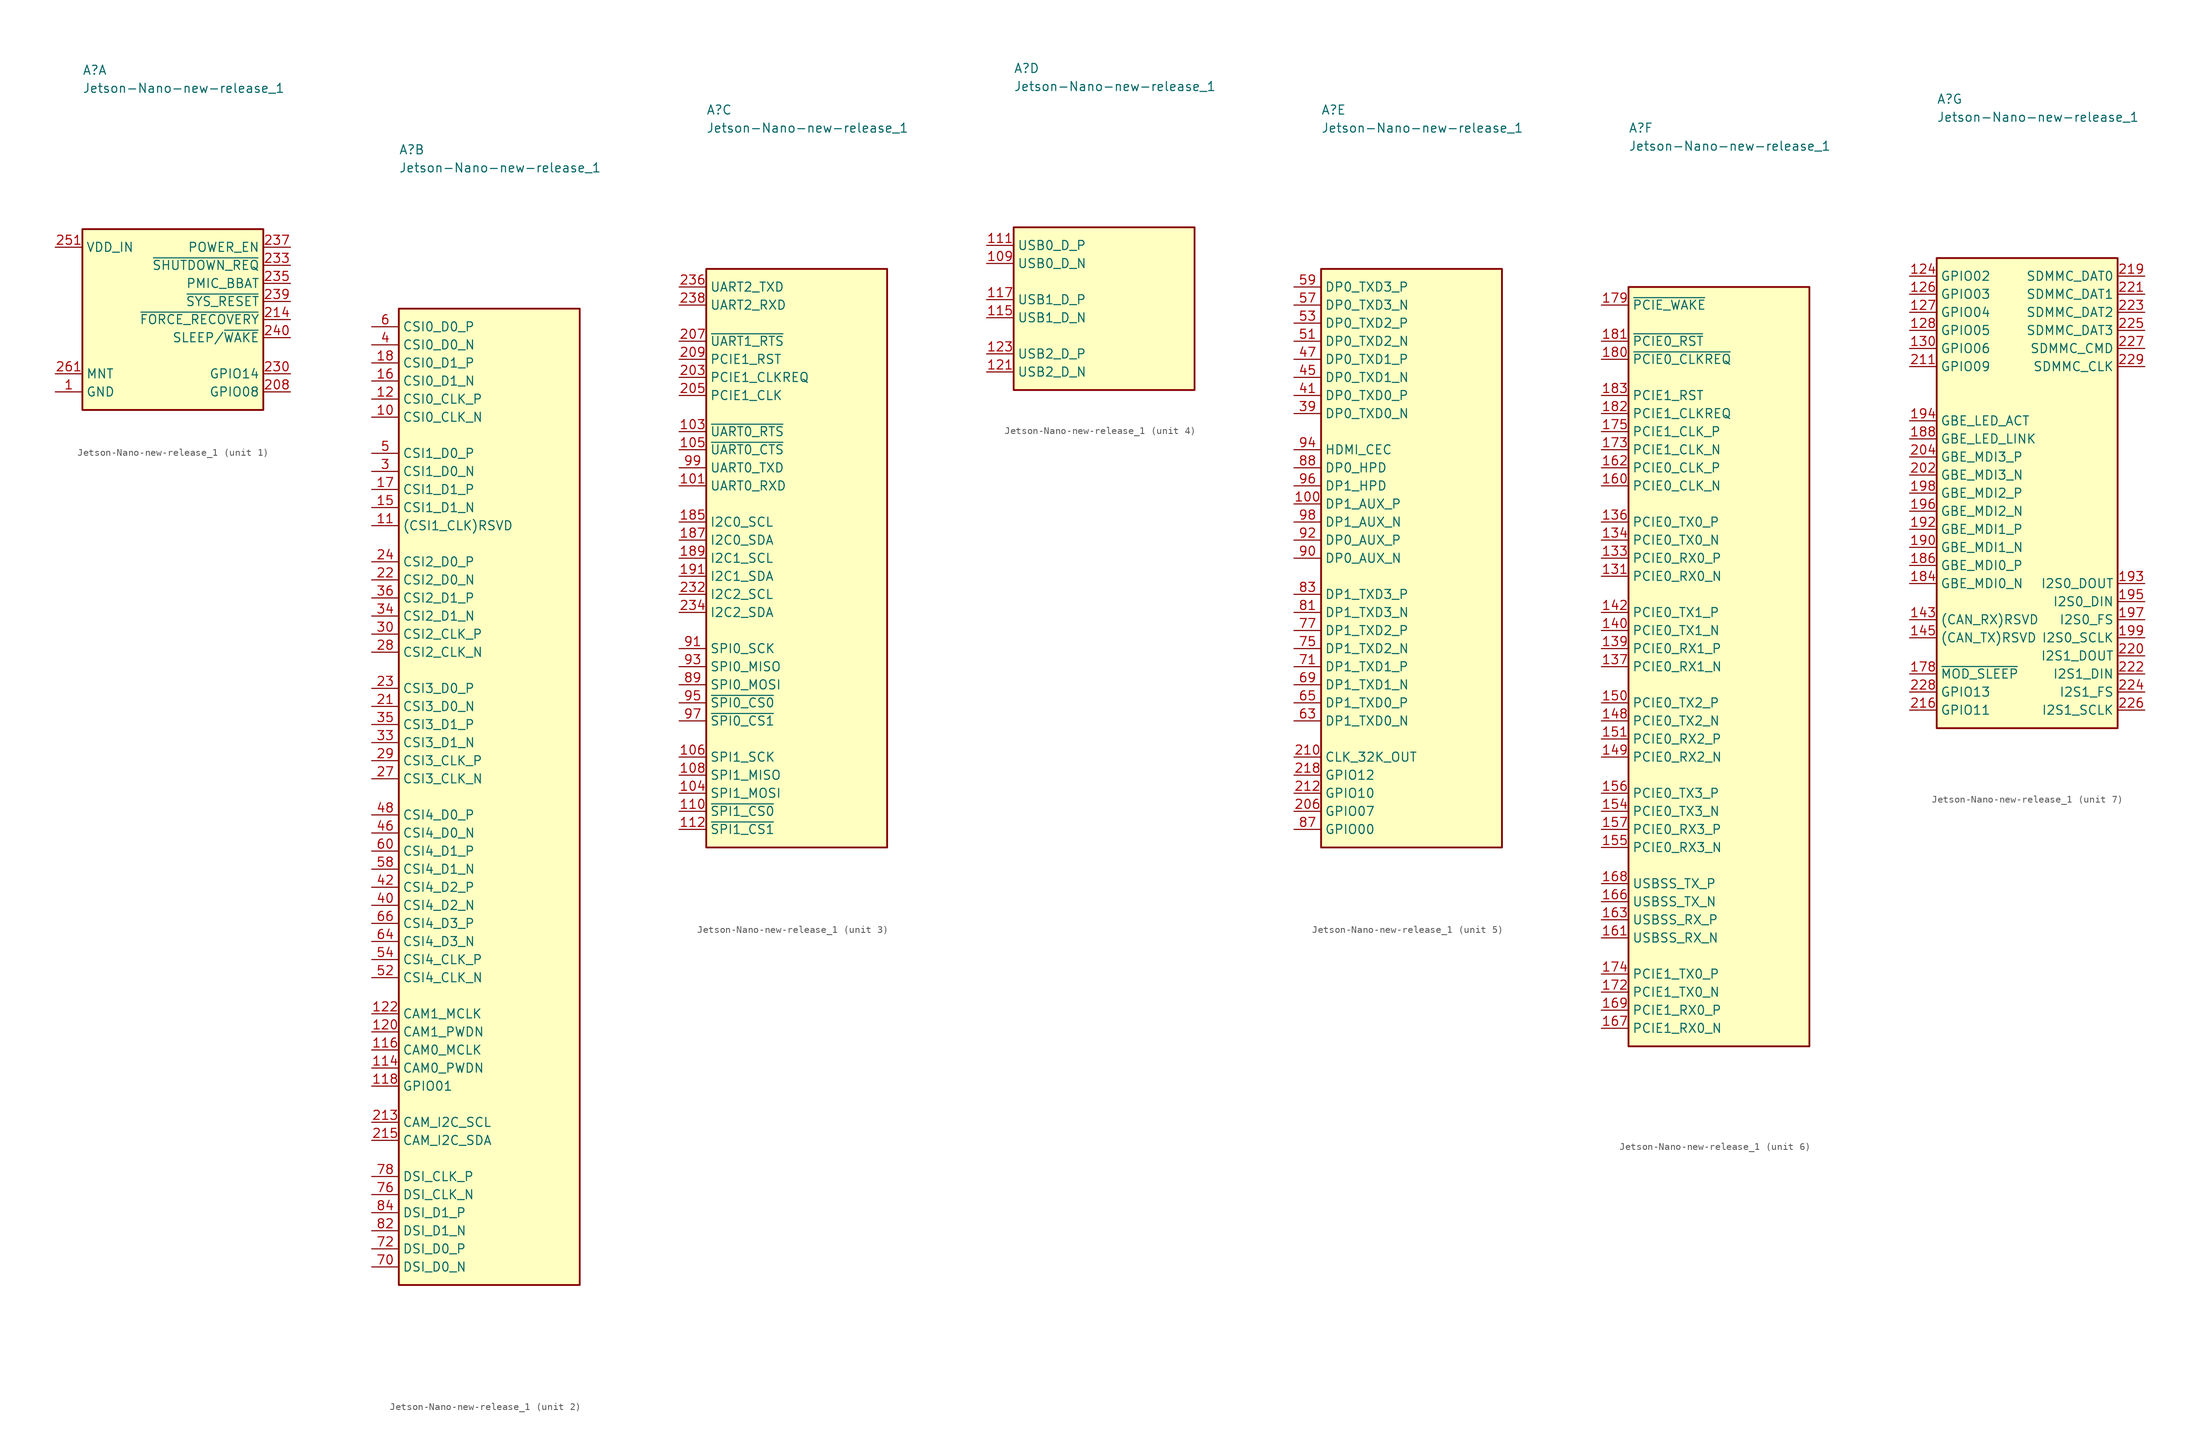
<source format=kicad_sym>
(kicad_symbol_lib
  (version 20231120)
  (generator "kicad_symbol_editor")
  (generator_version "8.0")
  (symbol "Jetson-Nano-new-release_1"
    (property "Reference" "A"
      (at 3.81 24.13 0)
      (effects (font (size 1.27 1.27) (thickness 0.15)) (justify left bottom)))
    (property "Value" "Jetson-Nano-new-release_1"
      (at 3.81 21.59 0)
      (effects (font (size 1.27 1.27) (thickness 0.15)) (justify left bottom)))
    (property "ki_locked" ""
      (at 0 0 0)
      (effects (font (size 1.27 1.27))))
    (symbol "Jetson-Nano-new-release_1_1_1"
      (rectangle (start 3.81 2.54) (end 29.21 -22.86) (stroke (width 0.254) (type default)) (fill (type background)))
      (pin passive line (at 0 -20.32 0) (length 3.81) (name "GND" (effects (font (size 1.27 1.27)))) (number "1" (effects (font (size 1.27 1.27)))))
      (pin passive line (at 0 -20.32 0) (length 3.81) hide (name "GND" (effects (font (size 1.27 1.27)))) (number "102" (effects (font (size 1.27 1.27)))))
      (pin passive line (at 0 -20.32 0) (length 3.81) hide (name "GND" (effects (font (size 1.27 1.27)))) (number "107" (effects (font (size 1.27 1.27)))))
      (pin passive line (at 0 -20.32 0) (length 3.81) hide (name "GND" (effects (font (size 1.27 1.27)))) (number "113" (effects (font (size 1.27 1.27)))))
      (pin passive line (at 0 -20.32 0) (length 3.81) hide (name "GND" (effects (font (size 1.27 1.27)))) (number "119" (effects (font (size 1.27 1.27)))))
      (pin passive line (at 0 -20.32 0) (length 3.81) hide (name "GND" (effects (font (size 1.27 1.27)))) (number "125" (effects (font (size 1.27 1.27)))))
      (pin passive line (at 0 -20.32 0) (length 3.81) hide (name "GND" (effects (font (size 1.27 1.27)))) (number "129" (effects (font (size 1.27 1.27)))))
      (pin passive line (at 0 -20.32 0) (length 3.81) hide (name "GND" (effects (font (size 1.27 1.27)))) (number "13" (effects (font (size 1.27 1.27)))))
      (pin passive line (at 0 -20.32 0) (length 3.81) hide (name "GND" (effects (font (size 1.27 1.27)))) (number "132" (effects (font (size 1.27 1.27)))))
      (pin passive line (at 0 -20.32 0) (length 3.81) hide (name "GND" (effects (font (size 1.27 1.27)))) (number "135" (effects (font (size 1.27 1.27)))))
      (pin passive line (at 0 -20.32 0) (length 3.81) hide (name "GND" (effects (font (size 1.27 1.27)))) (number "138" (effects (font (size 1.27 1.27)))))
      (pin passive line (at 0 -20.32 0) (length 3.81) hide (name "GND" (effects (font (size 1.27 1.27)))) (number "14" (effects (font (size 1.27 1.27)))))
      (pin passive line (at 0 -20.32 0) (length 3.81) hide (name "GND" (effects (font (size 1.27 1.27)))) (number "141" (effects (font (size 1.27 1.27)))))
      (pin passive line (at 0 -20.32 0) (length 3.81) hide (name "GND" (effects (font (size 1.27 1.27)))) (number "144" (effects (font (size 1.27 1.27)))))
      (pin passive line (at 0 -20.32 0) (length 3.81) hide (name "GND" (effects (font (size 1.27 1.27)))) (number "146" (effects (font (size 1.27 1.27)))))
      (pin passive line (at 0 -20.32 0) (length 3.81) hide (name "GND" (effects (font (size 1.27 1.27)))) (number "147" (effects (font (size 1.27 1.27)))))
      (pin passive line (at 0 -20.32 0) (length 3.81) hide (name "GND" (effects (font (size 1.27 1.27)))) (number "152" (effects (font (size 1.27 1.27)))))
      (pin passive line (at 0 -20.32 0) (length 3.81) hide (name "GND" (effects (font (size 1.27 1.27)))) (number "153" (effects (font (size 1.27 1.27)))))
      (pin passive line (at 0 -20.32 0) (length 3.81) hide (name "GND" (effects (font (size 1.27 1.27)))) (number "158" (effects (font (size 1.27 1.27)))))
      (pin passive line (at 0 -20.32 0) (length 3.81) hide (name "GND" (effects (font (size 1.27 1.27)))) (number "159" (effects (font (size 1.27 1.27)))))
      (pin passive line (at 0 -20.32 0) (length 3.81) hide (name "GND" (effects (font (size 1.27 1.27)))) (number "164" (effects (font (size 1.27 1.27)))))
      (pin passive line (at 0 -20.32 0) (length 3.81) hide (name "GND" (effects (font (size 1.27 1.27)))) (number "165" (effects (font (size 1.27 1.27)))))
      (pin passive line (at 0 -20.32 0) (length 3.81) hide (name "GND" (effects (font (size 1.27 1.27)))) (number "170" (effects (font (size 1.27 1.27)))))
      (pin passive line (at 0 -20.32 0) (length 3.81) hide (name "GND" (effects (font (size 1.27 1.27)))) (number "171" (effects (font (size 1.27 1.27)))))
      (pin passive line (at 0 -20.32 0) (length 3.81) hide (name "GND" (effects (font (size 1.27 1.27)))) (number "176" (effects (font (size 1.27 1.27)))))
      (pin passive line (at 0 -20.32 0) (length 3.81) hide (name "GND" (effects (font (size 1.27 1.27)))) (number "177" (effects (font (size 1.27 1.27)))))
      (pin passive line (at 0 -20.32 0) (length 3.81) hide (name "GND" (effects (font (size 1.27 1.27)))) (number "19" (effects (font (size 1.27 1.27)))))
      (pin passive line (at 0 -20.32 0) (length 3.81) hide (name "GND" (effects (font (size 1.27 1.27)))) (number "2" (effects (font (size 1.27 1.27)))))
      (pin passive line (at 0 -20.32 0) (length 3.81) hide (name "GND" (effects (font (size 1.27 1.27)))) (number "20" (effects (font (size 1.27 1.27)))))
      (pin passive line (at 0 -20.32 0) (length 3.81) hide (name "GND" (effects (font (size 1.27 1.27)))) (number "200" (effects (font (size 1.27 1.27)))))
      (pin passive line (at 0 -20.32 0) (length 3.81) hide (name "GND" (effects (font (size 1.27 1.27)))) (number "201" (effects (font (size 1.27 1.27)))))
      (pin passive line (at 33.02 -20.32 180) (length 3.81) (name "GPIO08" (effects (font (size 1.27 1.27)))) (number "208" (effects (font (size 1.27 1.27)))))
      (pin passive line (at 33.02 -10.16 180) (length 3.81) (name "~{FORCE_RECOVERY}" (effects (font (size 1.27 1.27)))) (number "214" (effects (font (size 1.27 1.27)))))
      (pin passive line (at 0 -20.32 0) (length 3.81) hide (name "GND" (effects (font (size 1.27 1.27)))) (number "217" (effects (font (size 1.27 1.27)))))
      (pin passive line (at 33.02 -17.78 180) (length 3.81) (name "GPIO14" (effects (font (size 1.27 1.27)))) (number "230" (effects (font (size 1.27 1.27)))))
      (pin passive line (at 0 -20.32 0) (length 3.81) hide (name "GND" (effects (font (size 1.27 1.27)))) (number "231" (effects (font (size 1.27 1.27)))))
      (pin passive line (at 33.02 -2.54 180) (length 3.81) (name "~{SHUTDOWN_REQ}" (effects (font (size 1.27 1.27)))) (number "233" (effects (font (size 1.27 1.27)))))
      (pin passive line (at 33.02 -5.08 180) (length 3.81) (name "PMIC_BBAT" (effects (font (size 1.27 1.27)))) (number "235" (effects (font (size 1.27 1.27)))))
      (pin passive line (at 33.02 0 180) (length 3.81) (name "POWER_EN" (effects (font (size 1.27 1.27)))) (number "237" (effects (font (size 1.27 1.27)))))
      (pin passive line (at 33.02 -7.62 180) (length 3.81) (name "~{SYS_RESET}" (effects (font (size 1.27 1.27)))) (number "239" (effects (font (size 1.27 1.27)))))
      (pin passive line (at 33.02 -12.7 180) (length 3.81) (name "SLEEP/~{WAKE}" (effects (font (size 1.27 1.27)))) (number "240" (effects (font (size 1.27 1.27)))))
      (pin passive line (at 0 -20.32 0) (length 3.81) hide (name "GND" (effects (font (size 1.27 1.27)))) (number "241" (effects (font (size 1.27 1.27)))))
      (pin passive line (at 0 -20.32 0) (length 3.81) hide (name "GND" (effects (font (size 1.27 1.27)))) (number "242" (effects (font (size 1.27 1.27)))))
      (pin passive line (at 0 -20.32 0) (length 3.81) hide (name "GND" (effects (font (size 1.27 1.27)))) (number "243" (effects (font (size 1.27 1.27)))))
      (pin passive line (at 0 -20.32 0) (length 3.81) hide (name "GND" (effects (font (size 1.27 1.27)))) (number "244" (effects (font (size 1.27 1.27)))))
      (pin passive line (at 0 -20.32 0) (length 3.81) hide (name "GND" (effects (font (size 1.27 1.27)))) (number "245" (effects (font (size 1.27 1.27)))))
      (pin passive line (at 0 -20.32 0) (length 3.81) hide (name "GND" (effects (font (size 1.27 1.27)))) (number "246" (effects (font (size 1.27 1.27)))))
      (pin passive line (at 0 -20.32 0) (length 3.81) hide (name "GND" (effects (font (size 1.27 1.27)))) (number "247" (effects (font (size 1.27 1.27)))))
      (pin passive line (at 0 -20.32 0) (length 3.81) hide (name "GND" (effects (font (size 1.27 1.27)))) (number "248" (effects (font (size 1.27 1.27)))))
      (pin passive line (at 0 -20.32 0) (length 3.81) hide (name "GND" (effects (font (size 1.27 1.27)))) (number "249" (effects (font (size 1.27 1.27)))))
      (pin passive line (at 0 -20.32 0) (length 3.81) hide (name "GND" (effects (font (size 1.27 1.27)))) (number "25" (effects (font (size 1.27 1.27)))))
      (pin passive line (at 0 -20.32 0) (length 3.81) hide (name "GND" (effects (font (size 1.27 1.27)))) (number "250" (effects (font (size 1.27 1.27)))))
      (pin passive line (at 0 0 0) (length 3.81) (name "VDD_IN" (effects (font (size 1.27 1.27)))) (number "251" (effects (font (size 1.27 1.27)))))
      (pin passive line (at 0 0 0) (length 3.81) hide (name "VDD_IN" (effects (font (size 1.27 1.27)))) (number "252" (effects (font (size 1.27 1.27)))))
      (pin passive line (at 0 0 0) (length 3.81) hide (name "VDD_IN" (effects (font (size 1.27 1.27)))) (number "253" (effects (font (size 1.27 1.27)))))
      (pin passive line (at 0 0 0) (length 3.81) hide (name "VDD_IN" (effects (font (size 1.27 1.27)))) (number "254" (effects (font (size 1.27 1.27)))))
      (pin passive line (at 0 0 0) (length 3.81) hide (name "VDD_IN" (effects (font (size 1.27 1.27)))) (number "255" (effects (font (size 1.27 1.27)))))
      (pin passive line (at 0 0 0) (length 3.81) hide (name "VDD_IN" (effects (font (size 1.27 1.27)))) (number "256" (effects (font (size 1.27 1.27)))))
      (pin passive line (at 0 0 0) (length 3.81) hide (name "VDD_IN" (effects (font (size 1.27 1.27)))) (number "257" (effects (font (size 1.27 1.27)))))
      (pin passive line (at 0 0 0) (length 3.81) hide (name "VDD_IN" (effects (font (size 1.27 1.27)))) (number "258" (effects (font (size 1.27 1.27)))))
      (pin passive line (at 0 0 0) (length 3.81) hide (name "VDD_IN" (effects (font (size 1.27 1.27)))) (number "259" (effects (font (size 1.27 1.27)))))
      (pin passive line (at 0 -20.32 0) (length 3.81) hide (name "GND" (effects (font (size 1.27 1.27)))) (number "26" (effects (font (size 1.27 1.27)))))
      (pin passive line (at 0 0 0) (length 3.81) hide (name "VDD_IN" (effects (font (size 1.27 1.27)))) (number "260" (effects (font (size 1.27 1.27)))))
      (pin passive line (at 0 -17.78 0) (length 3.81) (name "MNT" (effects (font (size 1.27 1.27)))) (number "261" (effects (font (size 1.27 1.27)))))
      (pin passive line (at 0 -17.78 0) (length 3.81) hide (name "MNT" (effects (font (size 1.27 1.27)))) (number "262" (effects (font (size 1.27 1.27)))))
      (pin passive line (at 0 -20.32 0) (length 3.81) hide (name "GND" (effects (font (size 1.27 1.27)))) (number "31" (effects (font (size 1.27 1.27)))))
      (pin passive line (at 0 -20.32 0) (length 3.81) hide (name "GND" (effects (font (size 1.27 1.27)))) (number "32" (effects (font (size 1.27 1.27)))))
      (pin passive line (at 0 -20.32 0) (length 3.81) hide (name "GND" (effects (font (size 1.27 1.27)))) (number "37" (effects (font (size 1.27 1.27)))))
      (pin passive line (at 0 -20.32 0) (length 3.81) hide (name "GND" (effects (font (size 1.27 1.27)))) (number "38" (effects (font (size 1.27 1.27)))))
      (pin passive line (at 0 -20.32 0) (length 3.81) hide (name "GND" (effects (font (size 1.27 1.27)))) (number "43" (effects (font (size 1.27 1.27)))))
      (pin passive line (at 0 -20.32 0) (length 3.81) hide (name "GND" (effects (font (size 1.27 1.27)))) (number "44" (effects (font (size 1.27 1.27)))))
      (pin passive line (at 0 -20.32 0) (length 3.81) hide (name "GND" (effects (font (size 1.27 1.27)))) (number "49" (effects (font (size 1.27 1.27)))))
      (pin passive line (at 0 -20.32 0) (length 3.81) hide (name "GND" (effects (font (size 1.27 1.27)))) (number "50" (effects (font (size 1.27 1.27)))))
      (pin passive line (at 0 -20.32 0) (length 3.81) hide (name "GND" (effects (font (size 1.27 1.27)))) (number "55" (effects (font (size 1.27 1.27)))))
      (pin passive line (at 0 -20.32 0) (length 3.81) hide (name "GND" (effects (font (size 1.27 1.27)))) (number "56" (effects (font (size 1.27 1.27)))))
      (pin passive line (at 0 -20.32 0) (length 3.81) hide (name "GND" (effects (font (size 1.27 1.27)))) (number "61" (effects (font (size 1.27 1.27)))))
      (pin passive line (at 0 -20.32 0) (length 3.81) hide (name "GND" (effects (font (size 1.27 1.27)))) (number "62" (effects (font (size 1.27 1.27)))))
      (pin passive line (at 0 -20.32 0) (length 3.81) hide (name "GND" (effects (font (size 1.27 1.27)))) (number "67" (effects (font (size 1.27 1.27)))))
      (pin passive line (at 0 -20.32 0) (length 3.81) hide (name "GND" (effects (font (size 1.27 1.27)))) (number "68" (effects (font (size 1.27 1.27)))))
      (pin passive line (at 0 -20.32 0) (length 3.81) hide (name "GND" (effects (font (size 1.27 1.27)))) (number "7" (effects (font (size 1.27 1.27)))))
      (pin passive line (at 0 -20.32 0) (length 3.81) hide (name "GND" (effects (font (size 1.27 1.27)))) (number "73" (effects (font (size 1.27 1.27)))))
      (pin passive line (at 0 -20.32 0) (length 3.81) hide (name "GND" (effects (font (size 1.27 1.27)))) (number "74" (effects (font (size 1.27 1.27)))))
      (pin passive line (at 0 -20.32 0) (length 3.81) hide (name "GND" (effects (font (size 1.27 1.27)))) (number "79" (effects (font (size 1.27 1.27)))))
      (pin passive line (at 0 -20.32 0) (length 3.81) hide (name "GND" (effects (font (size 1.27 1.27)))) (number "8" (effects (font (size 1.27 1.27)))))
      (pin passive line (at 0 -20.32 0) (length 3.81) hide (name "GND" (effects (font (size 1.27 1.27)))) (number "80" (effects (font (size 1.27 1.27)))))
      (pin passive line (at 0 -20.32 0) (length 3.81) hide (name "GND" (effects (font (size 1.27 1.27)))) (number "85" (effects (font (size 1.27 1.27)))))
      (pin passive line (at 0 -20.32 0) (length 3.81) hide (name "GND" (effects (font (size 1.27 1.27)))) (number "86" (effects (font (size 1.27 1.27))))))
    (symbol "Jetson-Nano-new-release_1_2_1"
      (rectangle (start 3.81 2.54) (end 29.21 -134.62) (stroke (width 0.254) (type default)) (fill (type background)))
      (pin passive line (at 0 -12.7 0) (length 3.81) (name "CSI0_CLK_N" (effects (font (size 1.27 1.27)))) (number "10" (effects (font (size 1.27 1.27)))))
      (pin passive line (at 0 -27.94 0) (length 3.81) (name "(CSI1_CLK)RSVD" (effects (font (size 1.27 1.27)))) (number "11" (effects (font (size 1.27 1.27)))))
      (pin passive line (at 0 -104.14 0) (length 3.81) (name "CAM0_PWDN" (effects (font (size 1.27 1.27)))) (number "114" (effects (font (size 1.27 1.27)))))
      (pin passive line (at 0 -101.6 0) (length 3.81) (name "CAM0_MCLK" (effects (font (size 1.27 1.27)))) (number "116" (effects (font (size 1.27 1.27)))))
      (pin passive line (at 0 -106.68 0) (length 3.81) (name "GPIO01" (effects (font (size 1.27 1.27)))) (number "118" (effects (font (size 1.27 1.27)))))
      (pin passive line (at 0 -10.16 0) (length 3.81) (name "CSI0_CLK_P" (effects (font (size 1.27 1.27)))) (number "12" (effects (font (size 1.27 1.27)))))
      (pin passive line (at 0 -99.06 0) (length 3.81) (name "CAM1_PWDN" (effects (font (size 1.27 1.27)))) (number "120" (effects (font (size 1.27 1.27)))))
      (pin passive line (at 0 -96.52 0) (length 3.81) (name "CAM1_MCLK" (effects (font (size 1.27 1.27)))) (number "122" (effects (font (size 1.27 1.27)))))
      (pin passive line (at 0 -25.4 0) (length 3.81) (name "CSI1_D1_N" (effects (font (size 1.27 1.27)))) (number "15" (effects (font (size 1.27 1.27)))))
      (pin passive line (at 0 -7.62 0) (length 3.81) (name "CSI0_D1_N" (effects (font (size 1.27 1.27)))) (number "16" (effects (font (size 1.27 1.27)))))
      (pin passive line (at 0 -22.86 0) (length 3.81) (name "CSI1_D1_P" (effects (font (size 1.27 1.27)))) (number "17" (effects (font (size 1.27 1.27)))))
      (pin passive line (at 0 -5.08 0) (length 3.81) (name "CSI0_D1_P" (effects (font (size 1.27 1.27)))) (number "18" (effects (font (size 1.27 1.27)))))
      (pin passive line (at 0 -53.34 0) (length 3.81) (name "CSI3_D0_N" (effects (font (size 1.27 1.27)))) (number "21" (effects (font (size 1.27 1.27)))))
      (pin passive line (at 0 -111.76 0) (length 3.81) (name "CAM_I2C_SCL" (effects (font (size 1.27 1.27)))) (number "213" (effects (font (size 1.27 1.27)))))
      (pin passive line (at 0 -114.3 0) (length 3.81) (name "CAM_I2C_SDA" (effects (font (size 1.27 1.27)))) (number "215" (effects (font (size 1.27 1.27)))))
      (pin passive line (at 0 -35.56 0) (length 3.81) (name "CSI2_D0_N" (effects (font (size 1.27 1.27)))) (number "22" (effects (font (size 1.27 1.27)))))
      (pin passive line (at 0 -50.8 0) (length 3.81) (name "CSI3_D0_P" (effects (font (size 1.27 1.27)))) (number "23" (effects (font (size 1.27 1.27)))))
      (pin passive line (at 0 -33.02 0) (length 3.81) (name "CSI2_D0_P" (effects (font (size 1.27 1.27)))) (number "24" (effects (font (size 1.27 1.27)))))
      (pin passive line (at 0 -63.5 0) (length 3.81) (name "CSI3_CLK_N" (effects (font (size 1.27 1.27)))) (number "27" (effects (font (size 1.27 1.27)))))
      (pin passive line (at 0 -45.72 0) (length 3.81) (name "CSI2_CLK_N" (effects (font (size 1.27 1.27)))) (number "28" (effects (font (size 1.27 1.27)))))
      (pin passive line (at 0 -60.96 0) (length 3.81) (name "CSI3_CLK_P" (effects (font (size 1.27 1.27)))) (number "29" (effects (font (size 1.27 1.27)))))
      (pin passive line (at 0 -20.32 0) (length 3.81) (name "CSI1_D0_N" (effects (font (size 1.27 1.27)))) (number "3" (effects (font (size 1.27 1.27)))))
      (pin passive line (at 0 -43.18 0) (length 3.81) (name "CSI2_CLK_P" (effects (font (size 1.27 1.27)))) (number "30" (effects (font (size 1.27 1.27)))))
      (pin passive line (at 0 -58.42 0) (length 3.81) (name "CSI3_D1_N" (effects (font (size 1.27 1.27)))) (number "33" (effects (font (size 1.27 1.27)))))
      (pin passive line (at 0 -40.64 0) (length 3.81) (name "CSI2_D1_N" (effects (font (size 1.27 1.27)))) (number "34" (effects (font (size 1.27 1.27)))))
      (pin passive line (at 0 -55.88 0) (length 3.81) (name "CSI3_D1_P" (effects (font (size 1.27 1.27)))) (number "35" (effects (font (size 1.27 1.27)))))
      (pin passive line (at 0 -38.1 0) (length 3.81) (name "CSI2_D1_P" (effects (font (size 1.27 1.27)))) (number "36" (effects (font (size 1.27 1.27)))))
      (pin passive line (at 0 -2.54 0) (length 3.81) (name "CSI0_D0_N" (effects (font (size 1.27 1.27)))) (number "4" (effects (font (size 1.27 1.27)))))
      (pin passive line (at 0 -81.28 0) (length 3.81) (name "CSI4_D2_N" (effects (font (size 1.27 1.27)))) (number "40" (effects (font (size 1.27 1.27)))))
      (pin passive line (at 0 -78.74 0) (length 3.81) (name "CSI4_D2_P" (effects (font (size 1.27 1.27)))) (number "42" (effects (font (size 1.27 1.27)))))
      (pin passive line (at 0 -71.12 0) (length 3.81) (name "CSI4_D0_N" (effects (font (size 1.27 1.27)))) (number "46" (effects (font (size 1.27 1.27)))))
      (pin passive line (at 0 -68.58 0) (length 3.81) (name "CSI4_D0_P" (effects (font (size 1.27 1.27)))) (number "48" (effects (font (size 1.27 1.27)))))
      (pin passive line (at 0 -17.78 0) (length 3.81) (name "CSI1_D0_P" (effects (font (size 1.27 1.27)))) (number "5" (effects (font (size 1.27 1.27)))))
      (pin passive line (at 0 -91.44 0) (length 3.81) (name "CSI4_CLK_N" (effects (font (size 1.27 1.27)))) (number "52" (effects (font (size 1.27 1.27)))))
      (pin passive line (at 0 -88.9 0) (length 3.81) (name "CSI4_CLK_P" (effects (font (size 1.27 1.27)))) (number "54" (effects (font (size 1.27 1.27)))))
      (pin passive line (at 0 -76.2 0) (length 3.81) (name "CSI4_D1_N" (effects (font (size 1.27 1.27)))) (number "58" (effects (font (size 1.27 1.27)))))
      (pin passive line (at 0 0 0) (length 3.81) (name "CSI0_D0_P" (effects (font (size 1.27 1.27)))) (number "6" (effects (font (size 1.27 1.27)))))
      (pin passive line (at 0 -73.66 0) (length 3.81) (name "CSI4_D1_P" (effects (font (size 1.27 1.27)))) (number "60" (effects (font (size 1.27 1.27)))))
      (pin passive line (at 0 -86.36 0) (length 3.81) (name "CSI4_D3_N" (effects (font (size 1.27 1.27)))) (number "64" (effects (font (size 1.27 1.27)))))
      (pin passive line (at 0 -83.82 0) (length 3.81) (name "CSI4_D3_P" (effects (font (size 1.27 1.27)))) (number "66" (effects (font (size 1.27 1.27)))))
      (pin passive line (at 0 -132.08 0) (length 3.81) (name "DSI_D0_N" (effects (font (size 1.27 1.27)))) (number "70" (effects (font (size 1.27 1.27)))))
      (pin passive line (at 0 -129.54 0) (length 3.81) (name "DSI_D0_P" (effects (font (size 1.27 1.27)))) (number "72" (effects (font (size 1.27 1.27)))))
      (pin passive line (at 0 -121.92 0) (length 3.81) (name "DSI_CLK_N" (effects (font (size 1.27 1.27)))) (number "76" (effects (font (size 1.27 1.27)))))
      (pin passive line (at 0 -119.38 0) (length 3.81) (name "DSI_CLK_P" (effects (font (size 1.27 1.27)))) (number "78" (effects (font (size 1.27 1.27)))))
      (pin passive line (at 0 -127 0) (length 3.81) (name "DSI_D1_N" (effects (font (size 1.27 1.27)))) (number "82" (effects (font (size 1.27 1.27)))))
      (pin passive line (at 0 -124.46 0) (length 3.81) (name "DSI_D1_P" (effects (font (size 1.27 1.27)))) (number "84" (effects (font (size 1.27 1.27)))))
      (pin passive line (at 0 -27.94 0) (length 3.81) hide (name "(CSI1_CLK)RSVD" (effects (font (size 1.27 1.27)))) (number "9" (effects (font (size 1.27 1.27))))))
    (symbol "Jetson-Nano-new-release_1_3_1"
      (rectangle (start 3.81 2.54) (end 29.21 -78.74) (stroke (width 0.254) (type default)) (fill (type background)))
      (pin passive line (at 0 -27.94 0) (length 3.81) (name "UART0_RXD" (effects (font (size 1.27 1.27)))) (number "101" (effects (font (size 1.27 1.27)))))
      (pin passive line (at 0 -20.32 0) (length 3.81) (name "~{UART0_RTS}" (effects (font (size 1.27 1.27)))) (number "103" (effects (font (size 1.27 1.27)))))
      (pin passive line (at 0 -71.12 0) (length 3.81) (name "SPI1_MOSI" (effects (font (size 1.27 1.27)))) (number "104" (effects (font (size 1.27 1.27)))))
      (pin passive line (at 0 -22.86 0) (length 3.81) (name "~{UART0_CTS}" (effects (font (size 1.27 1.27)))) (number "105" (effects (font (size 1.27 1.27)))))
      (pin passive line (at 0 -66.04 0) (length 3.81) (name "SPI1_SCK" (effects (font (size 1.27 1.27)))) (number "106" (effects (font (size 1.27 1.27)))))
      (pin passive line (at 0 -68.58 0) (length 3.81) (name "SPI1_MISO" (effects (font (size 1.27 1.27)))) (number "108" (effects (font (size 1.27 1.27)))))
      (pin passive line (at 0 -73.66 0) (length 3.81) (name "~{SPI1_CS0}" (effects (font (size 1.27 1.27)))) (number "110" (effects (font (size 1.27 1.27)))))
      (pin passive line (at 0 -76.2 0) (length 3.81) (name "~{SPI1_CS1}" (effects (font (size 1.27 1.27)))) (number "112" (effects (font (size 1.27 1.27)))))
      (pin passive line (at 0 -33.02 0) (length 3.81) (name "I2C0_SCL" (effects (font (size 1.27 1.27)))) (number "185" (effects (font (size 1.27 1.27)))))
      (pin passive line (at 0 -35.56 0) (length 3.81) (name "I2C0_SDA" (effects (font (size 1.27 1.27)))) (number "187" (effects (font (size 1.27 1.27)))))
      (pin passive line (at 0 -38.1 0) (length 3.81) (name "I2C1_SCL" (effects (font (size 1.27 1.27)))) (number "189" (effects (font (size 1.27 1.27)))))
      (pin passive line (at 0 -40.64 0) (length 3.81) (name "I2C1_SDA" (effects (font (size 1.27 1.27)))) (number "191" (effects (font (size 1.27 1.27)))))
      (pin passive line (at 0 -12.7 0) (length 3.81) (name "PCIE1_CLKREQ" (effects (font (size 1.27 1.27)))) (number "203" (effects (font (size 1.27 1.27)))))
      (pin passive line (at 0 -15.24 0) (length 3.81) (name "PCIE1_CLK" (effects (font (size 1.27 1.27)))) (number "205" (effects (font (size 1.27 1.27)))))
      (pin passive line (at 0 -7.62 0) (length 3.81) (name "~{UART1_RTS}" (effects (font (size 1.27 1.27)))) (number "207" (effects (font (size 1.27 1.27)))))
      (pin passive line (at 0 -10.16 0) (length 3.81) (name "PCIE1_RST" (effects (font (size 1.27 1.27)))) (number "209" (effects (font (size 1.27 1.27)))))
      (pin passive line (at 0 -43.18 0) (length 3.81) (name "I2C2_SCL" (effects (font (size 1.27 1.27)))) (number "232" (effects (font (size 1.27 1.27)))))
      (pin passive line (at 0 -45.72 0) (length 3.81) (name "I2C2_SDA" (effects (font (size 1.27 1.27)))) (number "234" (effects (font (size 1.27 1.27)))))
      (pin passive line (at 0 0 0) (length 3.81) (name "UART2_TXD" (effects (font (size 1.27 1.27)))) (number "236" (effects (font (size 1.27 1.27)))))
      (pin passive line (at 0 -2.54 0) (length 3.81) (name "UART2_RXD" (effects (font (size 1.27 1.27)))) (number "238" (effects (font (size 1.27 1.27)))))
      (pin passive line (at 0 -55.88 0) (length 3.81) (name "SPI0_MOSI" (effects (font (size 1.27 1.27)))) (number "89" (effects (font (size 1.27 1.27)))))
      (pin passive line (at 0 -50.8 0) (length 3.81) (name "SPI0_SCK" (effects (font (size 1.27 1.27)))) (number "91" (effects (font (size 1.27 1.27)))))
      (pin passive line (at 0 -53.34 0) (length 3.81) (name "SPI0_MISO" (effects (font (size 1.27 1.27)))) (number "93" (effects (font (size 1.27 1.27)))))
      (pin passive line (at 0 -58.42 0) (length 3.81) (name "~{SPI0_CS0}" (effects (font (size 1.27 1.27)))) (number "95" (effects (font (size 1.27 1.27)))))
      (pin passive line (at 0 -60.96 0) (length 3.81) (name "~{SPI0_CS1}" (effects (font (size 1.27 1.27)))) (number "97" (effects (font (size 1.27 1.27)))))
      (pin passive line (at 0 -25.4 0) (length 3.81) (name "UART0_TXD" (effects (font (size 1.27 1.27)))) (number "99" (effects (font (size 1.27 1.27))))))
    (symbol "Jetson-Nano-new-release_1_4_1"
      (rectangle (start 3.81 2.54) (end 29.21 -20.32) (stroke (width 0.254) (type default)) (fill (type background)))
      (pin passive line (at 0 -2.54 0) (length 3.81) (name "USB0_D_N" (effects (font (size 1.27 1.27)))) (number "109" (effects (font (size 1.27 1.27)))))
      (pin passive line (at 0 0 0) (length 3.81) (name "USB0_D_P" (effects (font (size 1.27 1.27)))) (number "111" (effects (font (size 1.27 1.27)))))
      (pin passive line (at 0 -10.16 0) (length 3.81) (name "USB1_D_N" (effects (font (size 1.27 1.27)))) (number "115" (effects (font (size 1.27 1.27)))))
      (pin passive line (at 0 -7.62 0) (length 3.81) (name "USB1_D_P" (effects (font (size 1.27 1.27)))) (number "117" (effects (font (size 1.27 1.27)))))
      (pin passive line (at 0 -17.78 0) (length 3.81) (name "USB2_D_N" (effects (font (size 1.27 1.27)))) (number "121" (effects (font (size 1.27 1.27)))))
      (pin passive line (at 0 -15.24 0) (length 3.81) (name "USB2_D_P" (effects (font (size 1.27 1.27)))) (number "123" (effects (font (size 1.27 1.27))))))
    (symbol "Jetson-Nano-new-release_1_5_1"
      (rectangle (start 3.81 2.54) (end 29.21 -78.74) (stroke (width 0.254) (type default)) (fill (type background)))
      (pin passive line (at 0 -30.48 0) (length 3.81) (name "DP1_AUX_P" (effects (font (size 1.27 1.27)))) (number "100" (effects (font (size 1.27 1.27)))))
      (pin passive line (at 0 -73.66 0) (length 3.81) (name "GPIO07" (effects (font (size 1.27 1.27)))) (number "206" (effects (font (size 1.27 1.27)))))
      (pin passive line (at 0 -66.04 0) (length 3.81) (name "CLK_32K_OUT" (effects (font (size 1.27 1.27)))) (number "210" (effects (font (size 1.27 1.27)))))
      (pin passive line (at 0 -71.12 0) (length 3.81) (name "GPIO10" (effects (font (size 1.27 1.27)))) (number "212" (effects (font (size 1.27 1.27)))))
      (pin passive line (at 0 -68.58 0) (length 3.81) (name "GPIO12" (effects (font (size 1.27 1.27)))) (number "218" (effects (font (size 1.27 1.27)))))
      (pin passive line (at 0 -17.78 0) (length 3.81) (name "DP0_TXD0_N" (effects (font (size 1.27 1.27)))) (number "39" (effects (font (size 1.27 1.27)))))
      (pin passive line (at 0 -15.24 0) (length 3.81) (name "DP0_TXD0_P" (effects (font (size 1.27 1.27)))) (number "41" (effects (font (size 1.27 1.27)))))
      (pin passive line (at 0 -12.7 0) (length 3.81) (name "DP0_TXD1_N" (effects (font (size 1.27 1.27)))) (number "45" (effects (font (size 1.27 1.27)))))
      (pin passive line (at 0 -10.16 0) (length 3.81) (name "DP0_TXD1_P" (effects (font (size 1.27 1.27)))) (number "47" (effects (font (size 1.27 1.27)))))
      (pin passive line (at 0 -7.62 0) (length 3.81) (name "DP0_TXD2_N" (effects (font (size 1.27 1.27)))) (number "51" (effects (font (size 1.27 1.27)))))
      (pin passive line (at 0 -5.08 0) (length 3.81) (name "DP0_TXD2_P" (effects (font (size 1.27 1.27)))) (number "53" (effects (font (size 1.27 1.27)))))
      (pin passive line (at 0 -2.54 0) (length 3.81) (name "DP0_TXD3_N" (effects (font (size 1.27 1.27)))) (number "57" (effects (font (size 1.27 1.27)))))
      (pin passive line (at 0 0 0) (length 3.81) (name "DP0_TXD3_P" (effects (font (size 1.27 1.27)))) (number "59" (effects (font (size 1.27 1.27)))))
      (pin passive line (at 0 -60.96 0) (length 3.81) (name "DP1_TXD0_N" (effects (font (size 1.27 1.27)))) (number "63" (effects (font (size 1.27 1.27)))))
      (pin passive line (at 0 -58.42 0) (length 3.81) (name "DP1_TXD0_P" (effects (font (size 1.27 1.27)))) (number "65" (effects (font (size 1.27 1.27)))))
      (pin passive line (at 0 -55.88 0) (length 3.81) (name "DP1_TXD1_N" (effects (font (size 1.27 1.27)))) (number "69" (effects (font (size 1.27 1.27)))))
      (pin passive line (at 0 -53.34 0) (length 3.81) (name "DP1_TXD1_P" (effects (font (size 1.27 1.27)))) (number "71" (effects (font (size 1.27 1.27)))))
      (pin passive line (at 0 -50.8 0) (length 3.81) (name "DP1_TXD2_N" (effects (font (size 1.27 1.27)))) (number "75" (effects (font (size 1.27 1.27)))))
      (pin passive line (at 0 -48.26 0) (length 3.81) (name "DP1_TXD2_P" (effects (font (size 1.27 1.27)))) (number "77" (effects (font (size 1.27 1.27)))))
      (pin passive line (at 0 -45.72 0) (length 3.81) (name "DP1_TXD3_N" (effects (font (size 1.27 1.27)))) (number "81" (effects (font (size 1.27 1.27)))))
      (pin passive line (at 0 -43.18 0) (length 3.81) (name "DP1_TXD3_P" (effects (font (size 1.27 1.27)))) (number "83" (effects (font (size 1.27 1.27)))))
      (pin passive line (at 0 -76.2 0) (length 3.81) (name "GPIO00" (effects (font (size 1.27 1.27)))) (number "87" (effects (font (size 1.27 1.27)))))
      (pin passive line (at 0 -25.4 0) (length 3.81) (name "DP0_HPD" (effects (font (size 1.27 1.27)))) (number "88" (effects (font (size 1.27 1.27)))))
      (pin passive line (at 0 -38.1 0) (length 3.81) (name "DP0_AUX_N" (effects (font (size 1.27 1.27)))) (number "90" (effects (font (size 1.27 1.27)))))
      (pin passive line (at 0 -35.56 0) (length 3.81) (name "DP0_AUX_P" (effects (font (size 1.27 1.27)))) (number "92" (effects (font (size 1.27 1.27)))))
      (pin passive line (at 0 -22.86 0) (length 3.81) (name "HDMI_CEC" (effects (font (size 1.27 1.27)))) (number "94" (effects (font (size 1.27 1.27)))))
      (pin passive line (at 0 -27.94 0) (length 3.81) (name "DP1_HPD" (effects (font (size 1.27 1.27)))) (number "96" (effects (font (size 1.27 1.27)))))
      (pin passive line (at 0 -33.02 0) (length 3.81) (name "DP1_AUX_N" (effects (font (size 1.27 1.27)))) (number "98" (effects (font (size 1.27 1.27))))))
    (symbol "Jetson-Nano-new-release_1_6_1"
      (rectangle (start 3.81 2.54) (end 29.21 -104.14) (stroke (width 0.254) (type default)) (fill (type background)))
      (pin passive line (at 0 -38.1 0) (length 3.81) (name "PCIE0_RX0_N" (effects (font (size 1.27 1.27)))) (number "131" (effects (font (size 1.27 1.27)))))
      (pin passive line (at 0 -35.56 0) (length 3.81) (name "PCIE0_RX0_P" (effects (font (size 1.27 1.27)))) (number "133" (effects (font (size 1.27 1.27)))))
      (pin passive line (at 0 -33.02 0) (length 3.81) (name "PCIE0_TX0_N" (effects (font (size 1.27 1.27)))) (number "134" (effects (font (size 1.27 1.27)))))
      (pin passive line (at 0 -30.48 0) (length 3.81) (name "PCIE0_TX0_P" (effects (font (size 1.27 1.27)))) (number "136" (effects (font (size 1.27 1.27)))))
      (pin passive line (at 0 -50.8 0) (length 3.81) (name "PCIE0_RX1_N" (effects (font (size 1.27 1.27)))) (number "137" (effects (font (size 1.27 1.27)))))
      (pin passive line (at 0 -48.26 0) (length 3.81) (name "PCIE0_RX1_P" (effects (font (size 1.27 1.27)))) (number "139" (effects (font (size 1.27 1.27)))))
      (pin passive line (at 0 -45.72 0) (length 3.81) (name "PCIE0_TX1_N" (effects (font (size 1.27 1.27)))) (number "140" (effects (font (size 1.27 1.27)))))
      (pin passive line (at 0 -43.18 0) (length 3.81) (name "PCIE0_TX1_P" (effects (font (size 1.27 1.27)))) (number "142" (effects (font (size 1.27 1.27)))))
      (pin passive line (at 0 -58.42 0) (length 3.81) (name "PCIE0_TX2_N" (effects (font (size 1.27 1.27)))) (number "148" (effects (font (size 1.27 1.27)))))
      (pin passive line (at 0 -63.5 0) (length 3.81) (name "PCIE0_RX2_N" (effects (font (size 1.27 1.27)))) (number "149" (effects (font (size 1.27 1.27)))))
      (pin passive line (at 0 -55.88 0) (length 3.81) (name "PCIE0_TX2_P" (effects (font (size 1.27 1.27)))) (number "150" (effects (font (size 1.27 1.27)))))
      (pin passive line (at 0 -60.96 0) (length 3.81) (name "PCIE0_RX2_P" (effects (font (size 1.27 1.27)))) (number "151" (effects (font (size 1.27 1.27)))))
      (pin passive line (at 0 -71.12 0) (length 3.81) (name "PCIE0_TX3_N" (effects (font (size 1.27 1.27)))) (number "154" (effects (font (size 1.27 1.27)))))
      (pin passive line (at 0 -76.2 0) (length 3.81) (name "PCIE0_RX3_N" (effects (font (size 1.27 1.27)))) (number "155" (effects (font (size 1.27 1.27)))))
      (pin passive line (at 0 -68.58 0) (length 3.81) (name "PCIE0_TX3_P" (effects (font (size 1.27 1.27)))) (number "156" (effects (font (size 1.27 1.27)))))
      (pin passive line (at 0 -73.66 0) (length 3.81) (name "PCIE0_RX3_P" (effects (font (size 1.27 1.27)))) (number "157" (effects (font (size 1.27 1.27)))))
      (pin passive line (at 0 -25.4 0) (length 3.81) (name "PCIE0_CLK_N" (effects (font (size 1.27 1.27)))) (number "160" (effects (font (size 1.27 1.27)))))
      (pin passive line (at 0 -88.9 0) (length 3.81) (name "USBSS_RX_N" (effects (font (size 1.27 1.27)))) (number "161" (effects (font (size 1.27 1.27)))))
      (pin passive line (at 0 -22.86 0) (length 3.81) (name "PCIE0_CLK_P" (effects (font (size 1.27 1.27)))) (number "162" (effects (font (size 1.27 1.27)))))
      (pin passive line (at 0 -86.36 0) (length 3.81) (name "USBSS_RX_P" (effects (font (size 1.27 1.27)))) (number "163" (effects (font (size 1.27 1.27)))))
      (pin passive line (at 0 -83.82 0) (length 3.81) (name "USBSS_TX_N" (effects (font (size 1.27 1.27)))) (number "166" (effects (font (size 1.27 1.27)))))
      (pin passive line (at 0 -101.6 0) (length 3.81) (name "PCIE1_RX0_N" (effects (font (size 1.27 1.27)))) (number "167" (effects (font (size 1.27 1.27)))))
      (pin passive line (at 0 -81.28 0) (length 3.81) (name "USBSS_TX_P" (effects (font (size 1.27 1.27)))) (number "168" (effects (font (size 1.27 1.27)))))
      (pin passive line (at 0 -99.06 0) (length 3.81) (name "PCIE1_RX0_P" (effects (font (size 1.27 1.27)))) (number "169" (effects (font (size 1.27 1.27)))))
      (pin passive line (at 0 -96.52 0) (length 3.81) (name "PCIE1_TX0_N" (effects (font (size 1.27 1.27)))) (number "172" (effects (font (size 1.27 1.27)))))
      (pin passive line (at 0 -20.32 0) (length 3.81) (name "PCIE1_CLK_N" (effects (font (size 1.27 1.27)))) (number "173" (effects (font (size 1.27 1.27)))))
      (pin passive line (at 0 -93.98 0) (length 3.81) (name "PCIE1_TX0_P" (effects (font (size 1.27 1.27)))) (number "174" (effects (font (size 1.27 1.27)))))
      (pin passive line (at 0 -17.78 0) (length 3.81) (name "PCIE1_CLK_P" (effects (font (size 1.27 1.27)))) (number "175" (effects (font (size 1.27 1.27)))))
      (pin passive line (at 0 0 0) (length 3.81) (name "~{PCIE_WAKE}" (effects (font (size 1.27 1.27)))) (number "179" (effects (font (size 1.27 1.27)))))
      (pin passive line (at 0 -7.62 0) (length 3.81) (name "~{PCIE0_CLKREQ}" (effects (font (size 1.27 1.27)))) (number "180" (effects (font (size 1.27 1.27)))))
      (pin passive line (at 0 -5.08 0) (length 3.81) (name "~{PCIE0_RST}" (effects (font (size 1.27 1.27)))) (number "181" (effects (font (size 1.27 1.27)))))
      (pin passive line (at 0 -15.24 0) (length 3.81) (name "PCIE1_CLKREQ" (effects (font (size 1.27 1.27)))) (number "182" (effects (font (size 1.27 1.27)))))
      (pin passive line (at 0 -12.7 0) (length 3.81) (name "PCIE1_RST" (effects (font (size 1.27 1.27)))) (number "183" (effects (font (size 1.27 1.27))))))
    (symbol "Jetson-Nano-new-release_1_7_1"
      (rectangle (start 3.81 2.54) (end 29.21 -63.5) (stroke (width 0.254) (type default)) (fill (type background)))
      (pin passive line (at 0 0 0) (length 3.81) (name "GPIO02" (effects (font (size 1.27 1.27)))) (number "124" (effects (font (size 1.27 1.27)))))
      (pin passive line (at 0 -2.54 0) (length 3.81) (name "GPIO03" (effects (font (size 1.27 1.27)))) (number "126" (effects (font (size 1.27 1.27)))))
      (pin passive line (at 0 -5.08 0) (length 3.81) (name "GPIO04" (effects (font (size 1.27 1.27)))) (number "127" (effects (font (size 1.27 1.27)))))
      (pin passive line (at 0 -7.62 0) (length 3.81) (name "GPIO05" (effects (font (size 1.27 1.27)))) (number "128" (effects (font (size 1.27 1.27)))))
      (pin passive line (at 0 -10.16 0) (length 3.81) (name "GPIO06" (effects (font (size 1.27 1.27)))) (number "130" (effects (font (size 1.27 1.27)))))
      (pin passive line (at 0 -48.26 0) (length 3.81) (name "(CAN_RX)RSVD" (effects (font (size 1.27 1.27)))) (number "143" (effects (font (size 1.27 1.27)))))
      (pin passive line (at 0 -50.8 0) (length 3.81) (name "(CAN_TX)RSVD" (effects (font (size 1.27 1.27)))) (number "145" (effects (font (size 1.27 1.27)))))
      (pin passive line (at 0 -55.88 0) (length 3.81) (name "~{MOD_SLEEP}" (effects (font (size 1.27 1.27)))) (number "178" (effects (font (size 1.27 1.27)))))
      (pin passive line (at 0 -43.18 0) (length 3.81) (name "GBE_MDI0_N" (effects (font (size 1.27 1.27)))) (number "184" (effects (font (size 1.27 1.27)))))
      (pin passive line (at 0 -40.64 0) (length 3.81) (name "GBE_MDI0_P" (effects (font (size 1.27 1.27)))) (number "186" (effects (font (size 1.27 1.27)))))
      (pin passive line (at 0 -22.86 0) (length 3.81) (name "GBE_LED_LINK" (effects (font (size 1.27 1.27)))) (number "188" (effects (font (size 1.27 1.27)))))
      (pin passive line (at 0 -38.1 0) (length 3.81) (name "GBE_MDI1_N" (effects (font (size 1.27 1.27)))) (number "190" (effects (font (size 1.27 1.27)))))
      (pin passive line (at 0 -35.56 0) (length 3.81) (name "GBE_MDI1_P" (effects (font (size 1.27 1.27)))) (number "192" (effects (font (size 1.27 1.27)))))
      (pin output line (at 33.02 -43.18 180) (length 3.81) (name "I2S0_DOUT" (effects (font (size 1.27 1.27)))) (number "193" (effects (font (size 1.27 1.27)))))
      (pin passive line (at 0 -20.32 0) (length 3.81) (name "GBE_LED_ACT" (effects (font (size 1.27 1.27)))) (number "194" (effects (font (size 1.27 1.27)))))
      (pin input line (at 33.02 -45.72 180) (length 3.81) (name "I2S0_DIN" (effects (font (size 1.27 1.27)))) (number "195" (effects (font (size 1.27 1.27)))))
      (pin passive line (at 0 -33.02 0) (length 3.81) (name "GBE_MDI2_N" (effects (font (size 1.27 1.27)))) (number "196" (effects (font (size 1.27 1.27)))))
      (pin bidirectional line (at 33.02 -48.26 180) (length 3.81) (name "I2S0_FS" (effects (font (size 1.27 1.27)))) (number "197" (effects (font (size 1.27 1.27)))))
      (pin passive line (at 0 -30.48 0) (length 3.81) (name "GBE_MDI2_P" (effects (font (size 1.27 1.27)))) (number "198" (effects (font (size 1.27 1.27)))))
      (pin bidirectional line (at 33.02 -50.8 180) (length 3.81) (name "I2S0_SCLK" (effects (font (size 1.27 1.27)))) (number "199" (effects (font (size 1.27 1.27)))))
      (pin passive line (at 0 -27.94 0) (length 3.81) (name "GBE_MDI3_N" (effects (font (size 1.27 1.27)))) (number "202" (effects (font (size 1.27 1.27)))))
      (pin passive line (at 0 -25.4 0) (length 3.81) (name "GBE_MDI3_P" (effects (font (size 1.27 1.27)))) (number "204" (effects (font (size 1.27 1.27)))))
      (pin passive line (at 0 -12.7 0) (length 3.81) (name "GPIO09" (effects (font (size 1.27 1.27)))) (number "211" (effects (font (size 1.27 1.27)))))
      (pin passive line (at 0 -60.96 0) (length 3.81) (name "GPIO11" (effects (font (size 1.27 1.27)))) (number "216" (effects (font (size 1.27 1.27)))))
      (pin bidirectional line (at 33.02 0 180) (length 3.81) (name "SDMMC_DAT0" (effects (font (size 1.27 1.27)))) (number "219" (effects (font (size 1.27 1.27)))))
      (pin output line (at 33.02 -53.34 180) (length 3.81) (name "I2S1_DOUT" (effects (font (size 1.27 1.27)))) (number "220" (effects (font (size 1.27 1.27)))))
      (pin bidirectional line (at 33.02 -2.54 180) (length 3.81) (name "SDMMC_DAT1" (effects (font (size 1.27 1.27)))) (number "221" (effects (font (size 1.27 1.27)))))
      (pin input line (at 33.02 -55.88 180) (length 3.81) (name "I2S1_DIN" (effects (font (size 1.27 1.27)))) (number "222" (effects (font (size 1.27 1.27)))))
      (pin bidirectional line (at 33.02 -5.08 180) (length 3.81) (name "SDMMC_DAT2" (effects (font (size 1.27 1.27)))) (number "223" (effects (font (size 1.27 1.27)))))
      (pin bidirectional line (at 33.02 -58.42 180) (length 3.81) (name "I2S1_FS" (effects (font (size 1.27 1.27)))) (number "224" (effects (font (size 1.27 1.27)))))
      (pin bidirectional line (at 33.02 -7.62 180) (length 3.81) (name "SDMMC_DAT3" (effects (font (size 1.27 1.27)))) (number "225" (effects (font (size 1.27 1.27)))))
      (pin bidirectional line (at 33.02 -60.96 180) (length 3.81) (name "I2S1_SCLK" (effects (font (size 1.27 1.27)))) (number "226" (effects (font (size 1.27 1.27)))))
      (pin bidirectional line (at 33.02 -10.16 180) (length 3.81) (name "SDMMC_CMD" (effects (font (size 1.27 1.27)))) (number "227" (effects (font (size 1.27 1.27)))))
      (pin passive line (at 0 -58.42 0) (length 3.81) (name "GPIO13" (effects (font (size 1.27 1.27)))) (number "228" (effects (font (size 1.27 1.27)))))
      (pin output line (at 33.02 -12.7 180) (length 3.81) (name "SDMMC_CLK" (effects (font (size 1.27 1.27)))) (number "229" (effects (font (size 1.27 1.27))))))))
</source>
